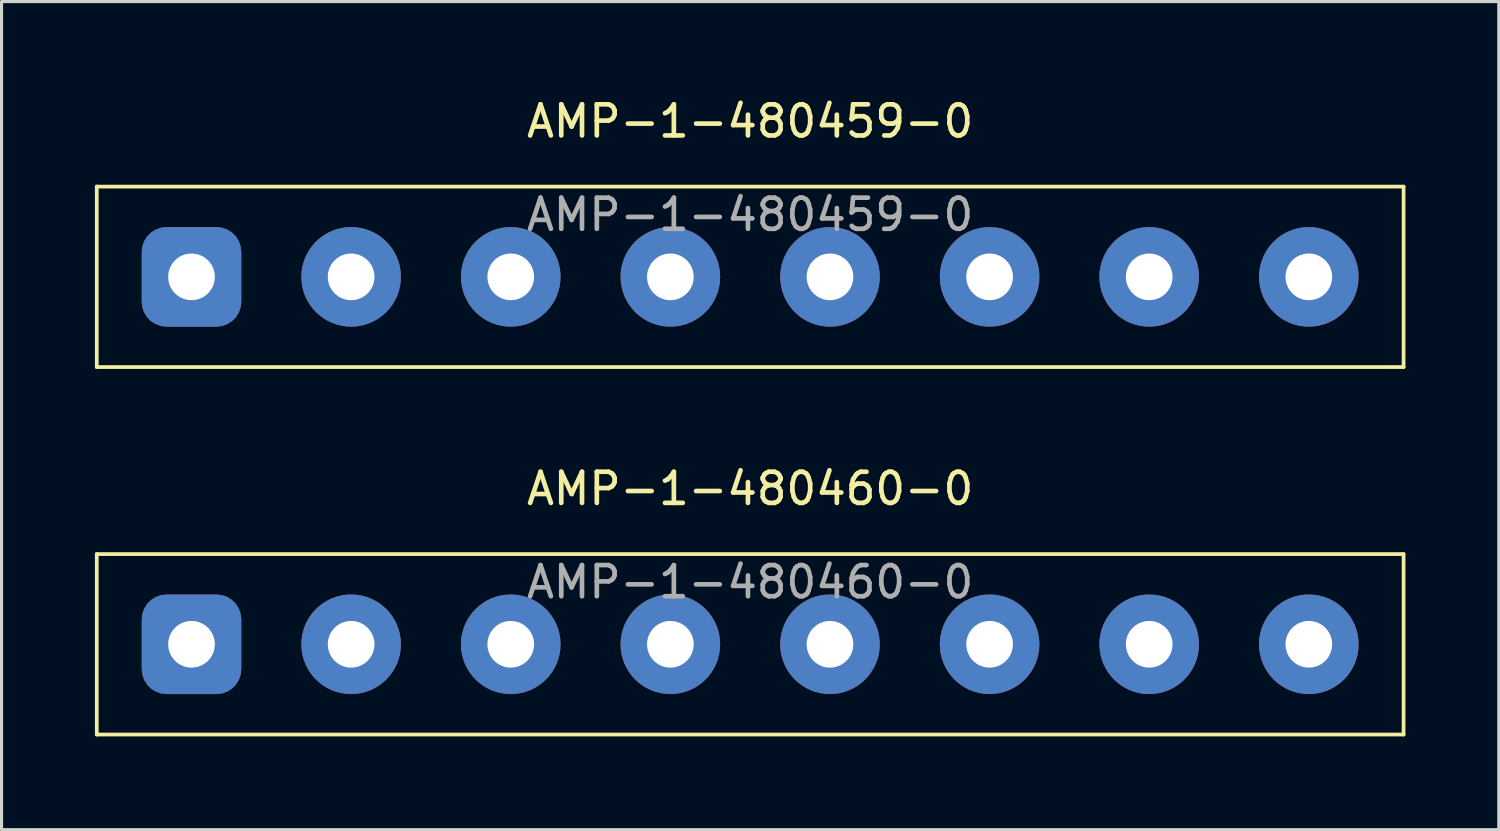
<source format=kicad_pcb>
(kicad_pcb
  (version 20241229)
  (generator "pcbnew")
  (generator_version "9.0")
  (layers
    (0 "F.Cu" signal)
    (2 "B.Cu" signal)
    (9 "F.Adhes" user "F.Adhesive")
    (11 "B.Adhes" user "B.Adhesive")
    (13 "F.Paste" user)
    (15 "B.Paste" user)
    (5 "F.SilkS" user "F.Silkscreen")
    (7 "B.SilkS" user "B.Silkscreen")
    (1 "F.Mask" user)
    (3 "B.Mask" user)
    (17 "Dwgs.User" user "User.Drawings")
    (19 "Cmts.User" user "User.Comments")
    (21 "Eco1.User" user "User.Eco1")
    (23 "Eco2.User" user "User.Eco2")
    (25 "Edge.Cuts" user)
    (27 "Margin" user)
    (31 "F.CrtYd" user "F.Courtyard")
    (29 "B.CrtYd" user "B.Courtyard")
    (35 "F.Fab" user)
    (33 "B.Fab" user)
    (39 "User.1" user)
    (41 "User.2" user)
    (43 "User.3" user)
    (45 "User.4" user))
  (footprint "AMP-1-480460-0"
    (layer "F.Cu")
    (at 21.06 17.657)
    (property "Reference" "AMP-1-480460-0" (at 0 -5 0) (unlocked yes) (layer "F.SilkS") (effects (font (size 1 1) (thickness 0.15))))
    (attr through_hole)
    (fp_line (start -21 -2.9) (end -21 2.9) (stroke (width 0.12) (type solid)) (layer "F.SilkS"))
    (fp_line (start 21 -2.9) (end -21 -2.9) (stroke (width 0.12) (type solid)) (layer "F.SilkS"))
    (fp_line (start 21 -2.9) (end 21 2.9) (stroke (width 0.12) (type solid)) (layer "F.SilkS"))
    (fp_line (start 21 2.9) (end -21 2.9) (stroke (width 0.12) (type solid)) (layer "F.SilkS"))
    (fp_text user "${REFERENCE}" (at 0 -2 0) (unlocked yes) (layer "F.Fab") (effects (font (size 1 1) (thickness 0.15))))
    (pad "1" thru_hole roundrect (at -17.955 0) (size 3.2 3.2) (drill 1.5) (layers "*.Cu" "*.Mask") (roundrect_rratio 0.25))
    (pad "2" thru_hole circle (at -12.825 0) (size 3.2 3.2) (drill 1.5) (layers "*.Cu" "*.Mask"))
    (pad "3" thru_hole circle (at -7.695 0) (size 3.2 3.2) (drill 1.5) (layers "*.Cu" "*.Mask"))
    (pad "4" thru_hole circle (at -2.565 0) (size 3.2 3.2) (drill 1.5) (layers "*.Cu" "*.Mask"))
    (pad "5" thru_hole circle (at 2.565 0) (size 3.2 3.2) (drill 1.5) (layers "*.Cu" "*.Mask"))
    (pad "6" thru_hole circle (at 7.695 0) (size 3.2 3.2) (drill 1.5) (layers "*.Cu" "*.Mask"))
    (pad "7" thru_hole circle (at 12.825 0) (size 3.2 3.2) (drill 1.5) (layers "*.Cu" "*.Mask"))
    (pad "8" thru_hole circle (at 17.955 0) (size 3.2 3.2) (drill 1.5) (layers "*.Cu" "*.Mask")))
  (footprint "AMP-1-480459-0"
    (layer "F.Cu")
    (at 21.06 5.848)
    (property "Reference" "AMP-1-480459-0" (at 0 -5 0) (unlocked yes) (layer "F.SilkS") (effects (font (size 1 1) (thickness 0.15))))
    (attr through_hole)
    (fp_line (start -21 -2.9) (end -21 2.9) (stroke (width 0.12) (type solid)) (layer "F.SilkS"))
    (fp_line (start 21 -2.9) (end -21 -2.9) (stroke (width 0.12) (type solid)) (layer "F.SilkS"))
    (fp_line (start 21 -2.9) (end 21 2.9) (stroke (width 0.12) (type solid)) (layer "F.SilkS"))
    (fp_line (start 21 2.9) (end -21 2.9) (stroke (width 0.12) (type solid)) (layer "F.SilkS"))
    (fp_text user "${REFERENCE}" (at 0 -2 0) (unlocked yes) (layer "F.Fab") (effects (font (size 1 1) (thickness 0.15))))
    (pad "1" thru_hole roundrect (at -17.955 0) (size 3.2 3.2) (drill 1.5) (layers "*.Cu" "*.Mask") (roundrect_rratio 0.25))
    (pad "2" thru_hole circle (at -12.825 0) (size 3.2 3.2) (drill 1.5) (layers "*.Cu" "*.Mask"))
    (pad "3" thru_hole circle (at -7.695 0) (size 3.2 3.2) (drill 1.5) (layers "*.Cu" "*.Mask"))
    (pad "4" thru_hole circle (at -2.565 0) (size 3.2 3.2) (drill 1.5) (layers "*.Cu" "*.Mask"))
    (pad "5" thru_hole circle (at 2.565 0) (size 3.2 3.2) (drill 1.5) (layers "*.Cu" "*.Mask"))
    (pad "6" thru_hole circle (at 7.695 0) (size 3.2 3.2) (drill 1.5) (layers "*.Cu" "*.Mask"))
    (pad "7" thru_hole circle (at 12.825 0) (size 3.2 3.2) (drill 1.5) (layers "*.Cu" "*.Mask"))
    (pad "8" thru_hole circle (at 17.955 0) (size 3.2 3.2) (drill 1.5) (layers "*.Cu" "*.Mask")))
  (gr_rect
    (start -3 -3)
    (end 45.12 23.616)
    (stroke (width 0.1) (type default))
    (fill no)
    (layer "Edge.Cuts")))
</source>
